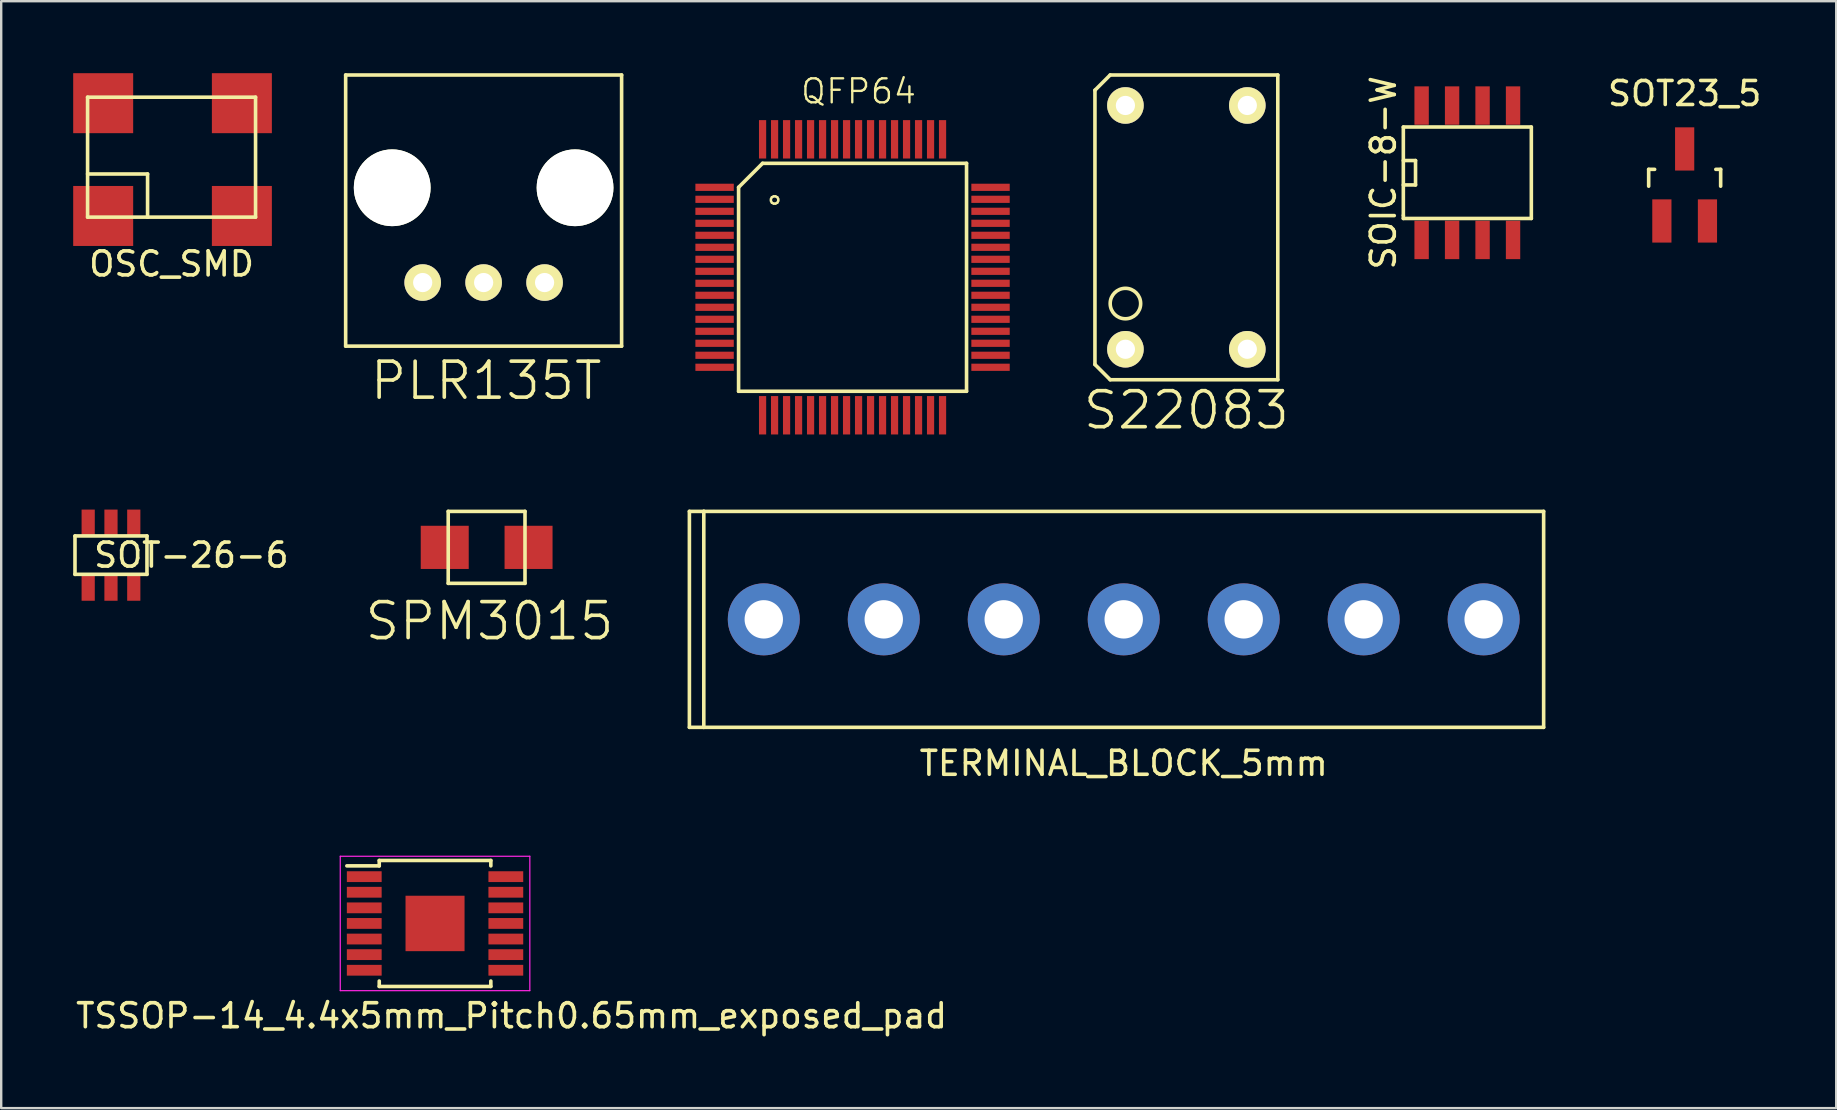
<source format=kicad_pcb>
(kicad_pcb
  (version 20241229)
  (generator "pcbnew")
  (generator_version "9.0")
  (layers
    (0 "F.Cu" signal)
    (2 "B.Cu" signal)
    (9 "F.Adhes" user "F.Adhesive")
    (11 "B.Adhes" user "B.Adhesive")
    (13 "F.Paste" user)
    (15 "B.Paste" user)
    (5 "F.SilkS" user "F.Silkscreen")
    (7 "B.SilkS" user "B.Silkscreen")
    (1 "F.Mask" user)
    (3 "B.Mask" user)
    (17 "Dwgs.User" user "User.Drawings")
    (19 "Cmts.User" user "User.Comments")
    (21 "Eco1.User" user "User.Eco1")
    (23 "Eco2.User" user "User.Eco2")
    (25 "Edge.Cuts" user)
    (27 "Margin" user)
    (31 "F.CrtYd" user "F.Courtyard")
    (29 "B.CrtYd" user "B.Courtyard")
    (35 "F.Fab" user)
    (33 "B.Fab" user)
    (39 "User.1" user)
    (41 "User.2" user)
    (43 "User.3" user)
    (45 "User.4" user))
  (footprint "QFP64"
    (layer "F.Cu")
    (at 26.73 14.256)
    (property "Reference" "QFP64" (at 6 -13.5 0) (layer "F.SilkS") (effects (font (size 1 1) (thickness 0.098))))
    (attr smd)
    (fp_line (start 1 -9.5) (end 2 -10.5) (stroke (width 0.15) (type solid)) (layer "F.SilkS"))
    (fp_line (start 1 -1) (end 1 -9.5) (stroke (width 0.15) (type solid)) (layer "F.SilkS"))
    (fp_line (start 2 -10.5) (end 10.5 -10.5) (stroke (width 0.15) (type solid)) (layer "F.SilkS"))
    (fp_line (start 10.5 -10.5) (end 10.5 -1) (stroke (width 0.15) (type solid)) (layer "F.SilkS"))
    (fp_line (start 10.5 -1) (end 1 -1) (stroke (width 0.15) (type solid)) (layer "F.SilkS"))
    (fp_text user "○" (at 2.5 -9 0) (layer "F.SilkS") (effects (font (size 0.4 0.4) (thickness 0.1))))
    (pad "1" smd rect (at 0 -9.5) (size 1.6 0.3) (layers "F.Cu" "F.Mask" "F.Paste"))
    (pad "2" smd rect (at 0 -9) (size 1.6 0.3) (layers "F.Cu" "F.Mask" "F.Paste"))
    (pad "3" smd rect (at 0 -8.5) (size 1.6 0.3) (layers "F.Cu" "F.Mask" "F.Paste"))
    (pad "4" smd rect (at 0 -8) (size 1.6 0.3) (layers "F.Cu" "F.Mask" "F.Paste"))
    (pad "5" smd rect (at 0 -7.5) (size 1.6 0.3) (layers "F.Cu" "F.Mask" "F.Paste"))
    (pad "6" smd rect (at 0 -7) (size 1.6 0.3) (layers "F.Cu" "F.Mask" "F.Paste"))
    (pad "7" smd rect (at 0 -6.5) (size 1.6 0.3) (layers "F.Cu" "F.Mask" "F.Paste"))
    (pad "8" smd rect (at 0 -6) (size 1.6 0.3) (layers "F.Cu" "F.Mask" "F.Paste"))
    (pad "9" smd rect (at 0 -5.5) (size 1.6 0.3) (layers "F.Cu" "F.Mask" "F.Paste"))
    (pad "10" smd rect (at 0 -5) (size 1.6 0.3) (layers "F.Cu" "F.Mask" "F.Paste"))
    (pad "11" smd rect (at 0 -4.5) (size 1.6 0.3) (layers "F.Cu" "F.Mask" "F.Paste"))
    (pad "12" smd rect (at 0 -4) (size 1.6 0.3) (layers "F.Cu" "F.Mask" "F.Paste"))
    (pad "13" smd rect (at 0 -3.5) (size 1.6 0.3) (layers "F.Cu" "F.Mask" "F.Paste"))
    (pad "14" smd rect (at 0 -3) (size 1.6 0.3) (layers "F.Cu" "F.Mask" "F.Paste"))
    (pad "15" smd rect (at 0 -2.5) (size 1.6 0.3) (layers "F.Cu" "F.Mask" "F.Paste"))
    (pad "16" smd rect (at 0 -2) (size 1.6 0.3) (layers "F.Cu" "F.Mask" "F.Paste"))
    (pad "17" smd rect (at 2 0 90) (size 1.6 0.3) (layers "F.Cu" "F.Mask" "F.Paste"))
    (pad "18" smd rect (at 2.5 0 90) (size 1.6 0.3) (layers "F.Cu" "F.Mask" "F.Paste"))
    (pad "19" smd rect (at 3 0 90) (size 1.6 0.3) (layers "F.Cu" "F.Mask" "F.Paste"))
    (pad "20" smd rect (at 3.5 0 90) (size 1.6 0.3) (layers "F.Cu" "F.Mask" "F.Paste"))
    (pad "21" smd rect (at 4 0 90) (size 1.6 0.3) (layers "F.Cu" "F.Mask" "F.Paste"))
    (pad "22" smd rect (at 4.5 0 90) (size 1.6 0.3) (layers "F.Cu" "F.Mask" "F.Paste"))
    (pad "23" smd rect (at 5 0 90) (size 1.6 0.3) (layers "F.Cu" "F.Mask" "F.Paste"))
    (pad "24" smd rect (at 5.5 0 90) (size 1.6 0.3) (layers "F.Cu" "F.Mask" "F.Paste"))
    (pad "25" smd rect (at 6 0 90) (size 1.6 0.3) (layers "F.Cu" "F.Mask" "F.Paste"))
    (pad "26" smd rect (at 6.5 0 90) (size 1.6 0.3) (layers "F.Cu" "F.Mask" "F.Paste"))
    (pad "27" smd rect (at 7 0 90) (size 1.6 0.3) (layers "F.Cu" "F.Mask" "F.Paste"))
    (pad "28" smd rect (at 7.5 0 90) (size 1.6 0.3) (layers "F.Cu" "F.Mask" "F.Paste"))
    (pad "29" smd rect (at 8 0 90) (size 1.6 0.3) (layers "F.Cu" "F.Mask" "F.Paste"))
    (pad "30" smd rect (at 8.5 0 90) (size 1.6 0.3) (layers "F.Cu" "F.Mask" "F.Paste"))
    (pad "31" smd rect (at 9 0 90) (size 1.6 0.3) (layers "F.Cu" "F.Mask" "F.Paste"))
    (pad "32" smd rect (at 9.5 0 90) (size 1.6 0.3) (layers "F.Cu" "F.Mask" "F.Paste"))
    (pad "33" smd rect (at 11.5 -2) (size 1.6 0.3) (layers "F.Cu" "F.Mask" "F.Paste"))
    (pad "34" smd rect (at 11.5 -2.5) (size 1.6 0.3) (layers "F.Cu" "F.Mask" "F.Paste"))
    (pad "35" smd rect (at 11.5 -3) (size 1.6 0.3) (layers "F.Cu" "F.Mask" "F.Paste"))
    (pad "36" smd rect (at 11.5 -3.5) (size 1.6 0.3) (layers "F.Cu" "F.Mask" "F.Paste"))
    (pad "37" smd rect (at 11.5 -4) (size 1.6 0.3) (layers "F.Cu" "F.Mask" "F.Paste"))
    (pad "38" smd rect (at 11.5 -4.5) (size 1.6 0.3) (layers "F.Cu" "F.Mask" "F.Paste"))
    (pad "39" smd rect (at 11.5 -5) (size 1.6 0.3) (layers "F.Cu" "F.Mask" "F.Paste"))
    (pad "40" smd rect (at 11.5 -5.5) (size 1.6 0.3) (layers "F.Cu" "F.Mask" "F.Paste"))
    (pad "41" smd rect (at 11.5 -6) (size 1.6 0.3) (layers "F.Cu" "F.Mask" "F.Paste"))
    (pad "42" smd rect (at 11.5 -6.5) (size 1.6 0.3) (layers "F.Cu" "F.Mask" "F.Paste"))
    (pad "43" smd rect (at 11.5 -7) (size 1.6 0.3) (layers "F.Cu" "F.Mask" "F.Paste"))
    (pad "44" smd rect (at 11.5 -7.5) (size 1.6 0.3) (layers "F.Cu" "F.Mask" "F.Paste"))
    (pad "45" smd rect (at 11.5 -8) (size 1.6 0.3) (layers "F.Cu" "F.Mask" "F.Paste"))
    (pad "46" smd rect (at 11.5 -8.5) (size 1.6 0.3) (layers "F.Cu" "F.Mask" "F.Paste"))
    (pad "47" smd rect (at 11.5 -9) (size 1.6 0.3) (layers "F.Cu" "F.Mask" "F.Paste"))
    (pad "48" smd rect (at 11.5 -9.5) (size 1.6 0.3) (layers "F.Cu" "F.Mask" "F.Paste"))
    (pad "49" smd rect (at 9.5 -11.5 90) (size 1.6 0.3) (layers "F.Cu" "F.Mask" "F.Paste"))
    (pad "50" smd rect (at 9 -11.5 90) (size 1.6 0.3) (layers "F.Cu" "F.Mask" "F.Paste"))
    (pad "51" smd rect (at 8.5 -11.5 90) (size 1.6 0.3) (layers "F.Cu" "F.Mask" "F.Paste"))
    (pad "52" smd rect (at 8 -11.5 90) (size 1.6 0.3) (layers "F.Cu" "F.Mask" "F.Paste"))
    (pad "53" smd rect (at 7.5 -11.5 90) (size 1.6 0.3) (layers "F.Cu" "F.Mask" "F.Paste"))
    (pad "54" smd rect (at 7 -11.5 90) (size 1.6 0.3) (layers "F.Cu" "F.Mask" "F.Paste"))
    (pad "55" smd rect (at 6.5 -11.5 90) (size 1.6 0.3) (layers "F.Cu" "F.Mask" "F.Paste"))
    (pad "56" smd rect (at 6 -11.5 90) (size 1.6 0.3) (layers "F.Cu" "F.Mask" "F.Paste"))
    (pad "57" smd rect (at 5.5 -11.5 90) (size 1.6 0.3) (layers "F.Cu" "F.Mask" "F.Paste"))
    (pad "58" smd rect (at 5 -11.5 90) (size 1.6 0.3) (layers "F.Cu" "F.Mask" "F.Paste"))
    (pad "59" smd rect (at 4.5 -11.5 90) (size 1.6 0.3) (layers "F.Cu" "F.Mask" "F.Paste"))
    (pad "60" smd rect (at 4 -11.5 90) (size 1.6 0.3) (layers "F.Cu" "F.Mask" "F.Paste"))
    (pad "61" smd rect (at 3.5 -11.5 90) (size 1.6 0.3) (layers "F.Cu" "F.Mask" "F.Paste"))
    (pad "62" smd rect (at 3 -11.5 90) (size 1.6 0.3) (layers "F.Cu" "F.Mask" "F.Paste"))
    (pad "63" smd rect (at 2.5 -11.5 90) (size 1.6 0.3) (layers "F.Cu" "F.Mask" "F.Paste"))
    (pad "64" smd rect (at 2 -11.5 90) (size 1.6 0.3) (layers "F.Cu" "F.Mask" "F.Paste")))
  (footprint "TERMINAL_BLOCK_5mm"
    (layer "F.Cu")
    (at 28.78 22.761)
    (property "Reference" "TERMINAL_BLOCK_5mm" (at 15 6 0) (layer "F.SilkS") (effects (font (size 1 1) (thickness 0.15))))
    (attr through_hole)
    (fp_line (start -3.1 -4.5) (end -3.1 4.5) (stroke (width 0.15) (type solid)) (layer "F.SilkS"))
    (fp_line (start -3.1 4.5) (end -2.5 4.5) (stroke (width 0.15) (type solid)) (layer "F.SilkS"))
    (fp_line (start -2.5 -4.5) (end -3.1 -4.5) (stroke (width 0.15) (type solid)) (layer "F.SilkS"))
    (fp_line (start -2.5 -4.5) (end -2.5 4.5) (stroke (width 0.15) (type solid)) (layer "F.SilkS"))
    (fp_line (start -2.5 4.5) (end 32.5 4.5) (stroke (width 0.15) (type solid)) (layer "F.SilkS"))
    (fp_line (start 32.5 -4.5) (end -2.5 -4.5) (stroke (width 0.15) (type solid)) (layer "F.SilkS"))
    (fp_line (start 32.5 4.5) (end 32.5 -4.5) (stroke (width 0.15) (type solid)) (layer "F.SilkS"))
    (pad "1" thru_hole circle (at 0 0) (size 3 3) (drill 1.6) (layers "*.Cu" "*.Mask"))
    (pad "2" thru_hole circle (at 5 0) (size 3 3) (drill 1.6) (layers "*.Cu" "*.Mask"))
    (pad "3" thru_hole circle (at 10 0) (size 3 3) (drill 1.6) (layers "*.Cu" "*.Mask"))
    (pad "4" thru_hole circle (at 15 0) (size 3 3) (drill 1.6) (layers "*.Cu" "*.Mask"))
    (pad "5" thru_hole circle (at 20 0) (size 3 3) (drill 1.6) (layers "*.Cu" "*.Mask"))
    (pad "6" thru_hole circle (at 25 0) (size 3 3) (drill 1.6) (layers "*.Cu" "*.Mask"))
    (pad "7" thru_hole circle (at 30 0) (size 3 3) (drill 1.6) (layers "*.Cu" "*.Mask")))
  (footprint "SOT-26-6"
    (layer "F.Cu")
    (at 1.575 20.086)
    (property "Reference" "SOT-26-6" (at 3.35 0 0) (layer "F.SilkS") (effects (font (size 1 1) (thickness 0.15))))
    (attr through_hole)
    (fp_line (start -1.5 -0.8) (end 1.5 -0.8) (stroke (width 0.15) (type solid)) (layer "F.SilkS"))
    (fp_line (start -1.5 0.8) (end -1.5 -0.8) (stroke (width 0.15) (type solid)) (layer "F.SilkS"))
    (fp_line (start 1.5 -0.8) (end 1.5 0.8) (stroke (width 0.15) (type solid)) (layer "F.SilkS"))
    (fp_line (start 1.5 0.8) (end -1.5 0.8) (stroke (width 0.15) (type solid)) (layer "F.SilkS"))
    (pad "1" smd rect (at -0.95 1.35) (size 0.55 1.1) (layers "F.Cu" "F.Mask"))
    (pad "2" smd rect (at 0 1.35) (size 0.55 1.1) (layers "F.Cu" "F.Mask"))
    (pad "3" smd rect (at 0.95 1.35) (size 0.55 1.1) (layers "F.Cu" "F.Mask"))
    (pad "4" smd rect (at 0.95 -1.35) (size 0.55 1.1) (layers "F.Cu" "F.Mask"))
    (pad "5" smd rect (at 0 -1.35) (size 0.55 1.1) (layers "F.Cu" "F.Mask"))
    (pad "6" smd rect (at -0.95 -1.35) (size 0.55 1.1) (layers "F.Cu" "F.Mask")))
  (footprint "S22083"
    (layer "F.Cu")
    (at 43.851 11.505)
    (property "Reference" "S22083" (at 2.54 2.54 0) (layer "F.SilkS") (effects (font (size 1.5 1.5) (thickness 0.15))))
    (attr through_hole)
    (fp_line (start -1.27 -10.795) (end -0.635 -11.43) (stroke (width 0.15) (type solid)) (layer "F.SilkS"))
    (fp_line (start -1.27 0.635) (end -1.27 -10.795) (stroke (width 0.15) (type solid)) (layer "F.SilkS"))
    (fp_line (start -0.635 -11.43) (end 6.35 -11.43) (stroke (width 0.15) (type solid)) (layer "F.SilkS"))
    (fp_line (start -0.635 1.27) (end -1.27 0.635) (stroke (width 0.15) (type solid)) (layer "F.SilkS"))
    (fp_line (start 6.35 -11.43) (end 6.35 1.27) (stroke (width 0.15) (type solid)) (layer "F.SilkS"))
    (fp_line (start 6.35 1.27) (end -0.635 1.27) (stroke (width 0.15) (type solid)) (layer "F.SilkS"))
    (fp_circle (center 0 -1.905) (end 0.635 -1.905) (stroke (width 0.15) (type solid)) (fill no) (layer "F.SilkS"))
    (pad "1" thru_hole circle (at 0 0) (size 1.524 1.524) (drill 0.8) (layers "*.Cu" "*.Mask" "F.SilkS"))
    (pad "2" thru_hole circle (at 5.08 0) (size 1.524 1.524) (drill 0.8) (layers "*.Cu" "*.Mask" "F.SilkS"))
    (pad "3" thru_hole circle (at 5.08 -10.16) (size 1.524 1.524) (drill 0.8) (layers "*.Cu" "*.Mask" "F.SilkS"))
    (pad "4" thru_hole circle (at 0 -10.16) (size 1.524 1.524) (drill 0.8) (layers "*.Cu" "*.Mask" "F.SilkS")))
  (footprint "OSC_SMD"
    (layer "F.Cu")
    (at 1.6 5.7)
    (property "Reference" "OSC_SMD" (at 2.5 2.25 0) (layer "F.SilkS") (effects (font (size 1 1) (thickness 0.15))))
    (attr through_hole)
    (fp_line (start -1 -4.7) (end -1 0.3) (stroke (width 0.15) (type solid)) (layer "F.SilkS"))
    (fp_line (start -1 -1.5) (end 1.5 -1.5) (stroke (width 0.15) (type solid)) (layer "F.SilkS"))
    (fp_line (start -1 0.3) (end 6 0.3) (stroke (width 0.15) (type solid)) (layer "F.SilkS"))
    (fp_line (start 1.5 -1.5) (end 1.5 0.3) (stroke (width 0.15) (type solid)) (layer "F.SilkS"))
    (fp_line (start 6 -4.7) (end -1 -4.7) (stroke (width 0.15) (type solid)) (layer "F.SilkS"))
    (fp_line (start 6 0.3) (end 6 -4.7) (stroke (width 0.15) (type solid)) (layer "F.SilkS"))
    (pad "1" smd rect (at -0.35 0.25) (size 2.5 2.5) (layers "F.Cu" "F.Mask"))
    (pad "2" smd rect (at 5.43 0.25) (size 2.5 2.5) (layers "F.Cu" "F.Mask"))
    (pad "3" smd rect (at 5.43 -4.45) (size 2.5 2.5) (layers "F.Cu" "F.Mask"))
    (pad "4" smd rect (at -0.35 -4.45) (size 2.5 2.5) (layers "F.Cu" "F.Mask")))
  (footprint "SOIC-8-W"
    (layer "F.Cu")
    (at 58.1 4.149)
    (property "Reference" "SOIC-8-W" (at -3.5 0 90) (layer "F.SilkS") (effects (font (size 1 1) (thickness 0.15))))
    (attr smd)
    (fp_line (start -2.667 -1.905) (end -2.667 1.778) (stroke (width 0.15) (type solid)) (layer "F.SilkS"))
    (fp_line (start -2.667 -0.508) (end -2.159 -0.508) (stroke (width 0.15) (type solid)) (layer "F.SilkS"))
    (fp_line (start -2.667 1.778) (end -2.667 1.905) (stroke (width 0.15) (type solid)) (layer "F.SilkS"))
    (fp_line (start -2.667 1.905) (end 2.667 1.905) (stroke (width 0.15) (type solid)) (layer "F.SilkS"))
    (fp_line (start -2.159 -0.508) (end -2.159 0.508) (stroke (width 0.15) (type solid)) (layer "F.SilkS"))
    (fp_line (start -2.159 0.508) (end -2.667 0.508) (stroke (width 0.15) (type solid)) (layer "F.SilkS"))
    (fp_line (start 2.667 -1.905) (end -2.667 -1.905) (stroke (width 0.15) (type solid)) (layer "F.SilkS"))
    (fp_line (start 2.667 -1.905) (end 2.667 1.905) (stroke (width 0.15) (type solid)) (layer "F.SilkS"))
    (pad "1" smd rect (at -1.905 2.8) (size 0.599 1.6) (layers "F.Cu" "F.Mask"))
    (pad "2" smd rect (at -0.635 2.8) (size 0.599 1.6) (layers "F.Cu" "F.Mask"))
    (pad "3" smd rect (at 0.635 2.8) (size 0.599 1.6) (layers "F.Cu" "F.Mask"))
    (pad "4" smd rect (at 1.905 2.8) (size 0.599 1.6) (layers "F.Cu" "F.Mask"))
    (pad "5" smd rect (at 1.905 -2.8) (size 0.599 1.6) (layers "F.Cu" "F.Mask"))
    (pad "6" smd rect (at 0.635 -2.8) (size 0.599 1.6) (layers "F.Cu" "F.Mask"))
    (pad "7" smd rect (at -0.635 -2.8) (size 0.599 1.6) (layers "F.Cu" "F.Mask"))
    (pad "8" smd rect (at -1.905 -2.8) (size 0.599 1.6) (layers "F.Cu" "F.Mask")))
  (footprint "TSSOP-14_4.4x5mm_Pitch0.65mm_exposed_pad"
    (layer "F.Cu")
    (at 15.08 35.434)
    (property "Reference" "TSSOP-14_4.4x5mm_Pitch0.65mm_exposed_pad" (at 3.188 3.848 0) (layer "F.SilkS") (effects (font (size 1 1) (thickness 0.15))))
    (attr smd)
    (fp_line (start -2.325 -2.625) (end -2.325 -2.4) (stroke (width 0.15) (type solid)) (layer "F.SilkS"))
    (fp_line (start -2.325 -2.625) (end 2.325 -2.625) (stroke (width 0.15) (type solid)) (layer "F.SilkS"))
    (fp_line (start -2.325 -2.4) (end -3.675 -2.4) (stroke (width 0.15) (type solid)) (layer "F.SilkS"))
    (fp_line (start -2.325 2.625) (end -2.325 2.4) (stroke (width 0.15) (type solid)) (layer "F.SilkS"))
    (fp_line (start -2.325 2.625) (end 2.325 2.625) (stroke (width 0.15) (type solid)) (layer "F.SilkS"))
    (fp_line (start 2.325 -2.625) (end 2.325 -2.4) (stroke (width 0.15) (type solid)) (layer "F.SilkS"))
    (fp_line (start 2.325 2.625) (end 2.325 2.4) (stroke (width 0.15) (type solid)) (layer "F.SilkS"))
    (fp_line (start -3.95 -2.8) (end -3.95 2.8) (stroke (width 0.05) (type solid)) (layer "F.CrtYd"))
    (fp_line (start -3.95 -2.8) (end 3.95 -2.8) (stroke (width 0.05) (type solid)) (layer "F.CrtYd"))
    (fp_line (start -3.95 2.8) (end 3.95 2.8) (stroke (width 0.05) (type solid)) (layer "F.CrtYd"))
    (fp_line (start 3.95 -2.8) (end 3.95 2.8) (stroke (width 0.05) (type solid)) (layer "F.CrtYd"))
    (pad "1" smd rect (at -2.95 -1.95) (size 1.45 0.45) (layers "F.Cu" "F.Mask" "F.Paste"))
    (pad "2" smd rect (at -2.95 -1.3) (size 1.45 0.45) (layers "F.Cu" "F.Mask" "F.Paste"))
    (pad "3" smd rect (at -2.95 -0.65) (size 1.45 0.45) (layers "F.Cu" "F.Mask" "F.Paste"))
    (pad "4" smd rect (at -2.95 0) (size 1.45 0.45) (layers "F.Cu" "F.Mask" "F.Paste"))
    (pad "5" smd rect (at -2.95 0.65) (size 1.45 0.45) (layers "F.Cu" "F.Mask" "F.Paste"))
    (pad "6" smd rect (at -2.95 1.3) (size 1.45 0.45) (layers "F.Cu" "F.Mask" "F.Paste"))
    (pad "7" smd rect (at -2.95 1.95) (size 1.45 0.45) (layers "F.Cu" "F.Mask" "F.Paste"))
    (pad "8" smd rect (at 2.95 1.95) (size 1.45 0.45) (layers "F.Cu" "F.Mask" "F.Paste"))
    (pad "9" smd rect (at 2.95 1.3) (size 1.45 0.45) (layers "F.Cu" "F.Mask" "F.Paste"))
    (pad "10" smd rect (at 2.95 0.65) (size 1.45 0.45) (layers "F.Cu" "F.Mask" "F.Paste"))
    (pad "11" smd rect (at 2.95 0) (size 1.45 0.45) (layers "F.Cu" "F.Mask" "F.Paste"))
    (pad "12" smd rect (at 2.95 -0.65) (size 1.45 0.45) (layers "F.Cu" "F.Mask" "F.Paste"))
    (pad "13" smd rect (at 2.95 -1.3) (size 1.45 0.45) (layers "F.Cu" "F.Mask" "F.Paste"))
    (pad "14" smd rect (at 2.95 -1.95) (size 1.45 0.45) (layers "F.Cu" "F.Mask" "F.Paste"))
    (pad "15" smd rect (at 0 0) (size 2.46 2.31) (layers "F.Cu" "F.Mask" "F.Paste")))
  (footprint "SPM3015"
    (layer "F.Cu")
    (at 15.929 19.761)
    (property "Reference" "SPM3015" (at 1.422 3.073 0) (layer "F.SilkS") (effects (font (size 1.5 1.5) (thickness 0.15))))
    (attr through_hole)
    (fp_line (start -0.3 -1.5) (end -0.3 1.5) (stroke (width 0.15) (type solid)) (layer "F.SilkS"))
    (fp_line (start -0.3 -1.5) (end 2.9 -1.5) (stroke (width 0.15) (type solid)) (layer "F.SilkS"))
    (fp_line (start -0.3 1.5) (end 2.9 1.5) (stroke (width 0.15) (type solid)) (layer "F.SilkS"))
    (fp_line (start 2.9 1.5) (end 2.9 -1.5) (stroke (width 0.15) (type solid)) (layer "F.SilkS"))
    (pad "1" smd rect (at -0.445 0) (size 2 1.8) (layers "F.Cu" "F.Mask" "F.Paste"))
    (pad "2" smd rect (at 3.048 0) (size 2 1.8) (layers "F.Cu" "F.Mask" "F.Paste")))
  (footprint "PLR135T"
    (layer "F.Cu")
    (at 19.645 8.725)
    (property "Reference" "PLR135T" (at -2.43 4.09 0) (layer "F.SilkS") (effects (font (size 1.5 1.5) (thickness 0.15))))
    (attr through_hole)
    (fp_line (start -8.29 -8.65) (end 3.21 -8.65) (stroke (width 0.15) (type solid)) (layer "F.SilkS"))
    (fp_line (start -8.29 2.65) (end -8.29 -8.65) (stroke (width 0.15) (type solid)) (layer "F.SilkS"))
    (fp_line (start 3.21 -8.65) (end 3.21 2.65) (stroke (width 0.15) (type solid)) (layer "F.SilkS"))
    (fp_line (start 3.21 2.65) (end -8.29 2.65) (stroke (width 0.15) (type solid)) (layer "F.SilkS"))
    (pad "" np_thru_hole circle (at -6.35 -3.95) (size 3.2 3.2) (drill 3.2) (layers "*.Cu" "*.Mask" "F.SilkS"))
    (pad "" np_thru_hole circle (at 1.27 -3.95) (size 3.2 3.2) (drill 3.2) (layers "*.Cu" "*.Mask" "F.SilkS"))
    (pad "1" thru_hole circle (at 0 0) (size 1.524 1.524) (drill 0.8) (layers "*.Cu" "*.Mask" "F.SilkS"))
    (pad "2" thru_hole circle (at -2.54 0) (size 1.524 1.524) (drill 0.8) (layers "*.Cu" "*.Mask" "F.SilkS"))
    (pad "3" thru_hole circle (at -5.08 0) (size 1.524 1.524) (drill 0.8) (layers "*.Cu" "*.Mask" "F.SilkS")))
  (footprint "SOT23_5"
    (layer "F.Cu")
    (at 67.157 4.658)
    (property "Reference" "SOT23_5" (at 0 -3.81 0) (layer "F.SilkS") (effects (font (size 1 1) (thickness 0.15))))
    (attr smd)
    (fp_line (start -1.5 -0.65) (end -1.251 -0.65) (stroke (width 0.15) (type solid)) (layer "F.SilkS"))
    (fp_line (start -1.5 0.051) (end -1.5 -0.65) (stroke (width 0.15) (type solid)) (layer "F.SilkS"))
    (fp_line (start 1.299 -0.65) (end 1.5 -0.65) (stroke (width 0.15) (type solid)) (layer "F.SilkS"))
    (fp_line (start 1.5 -0.65) (end 1.5 0.051) (stroke (width 0.15) (type solid)) (layer "F.SilkS"))
    (pad "1" smd rect (at -0.95 1.501) (size 0.8 1.801) (layers "F.Cu" "F.Mask" "F.Paste"))
    (pad "2" smd rect (at 0.95 1.501) (size 0.8 1.801) (layers "F.Cu" "F.Mask" "F.Paste"))
    (pad "3" smd rect (at 0 -1.501) (size 0.8 1.801) (layers "F.Cu" "F.Mask" "F.Paste")))
  (gr_rect
    (start -3 -3)
    (end 73.473 43.13)
    (stroke (width 0.1) (type default))
    (fill no)
    (layer "Edge.Cuts")))
</source>
